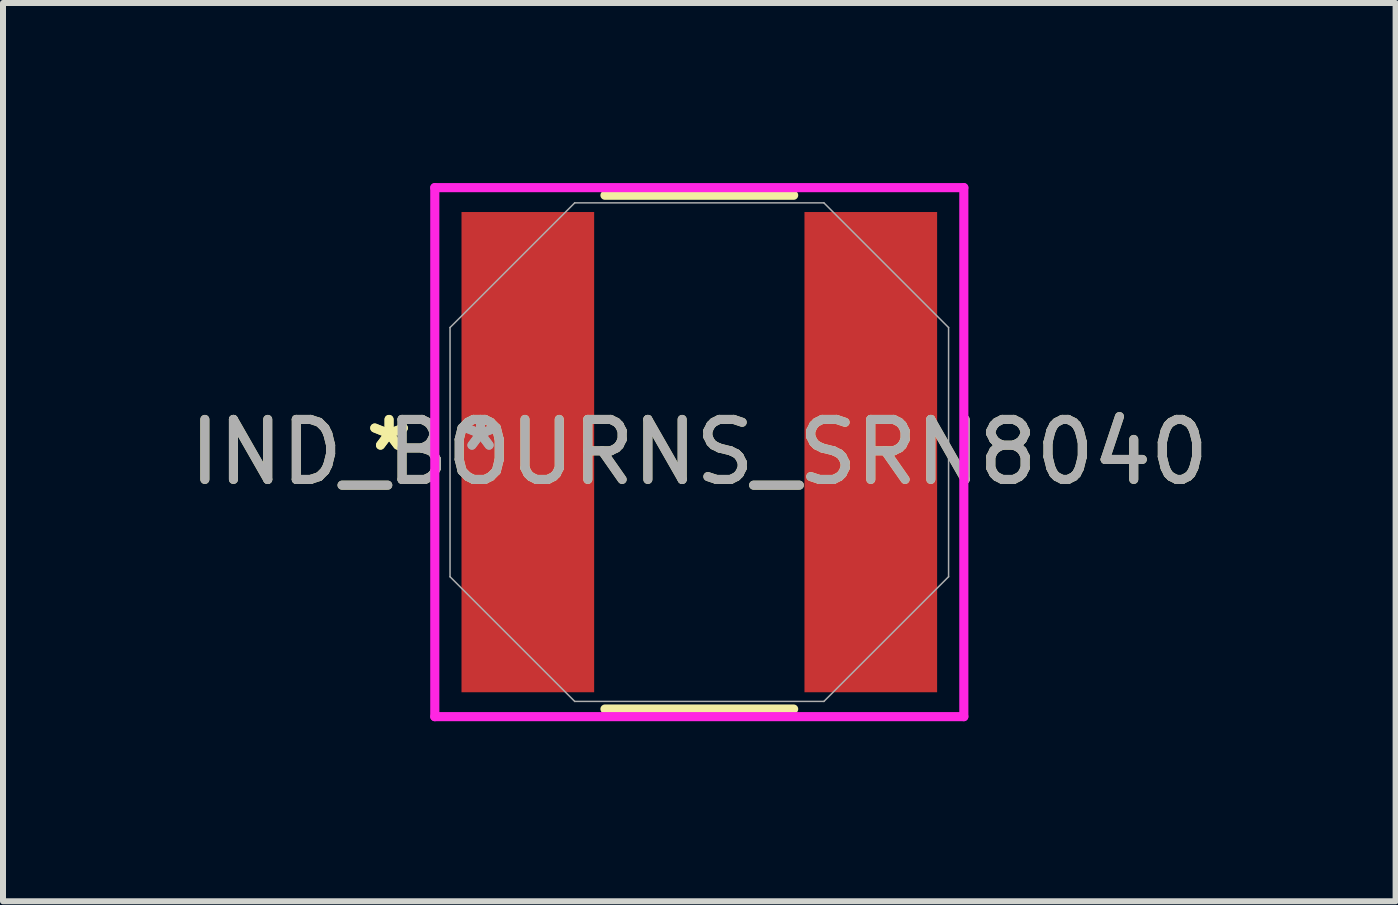
<source format=kicad_pcb>
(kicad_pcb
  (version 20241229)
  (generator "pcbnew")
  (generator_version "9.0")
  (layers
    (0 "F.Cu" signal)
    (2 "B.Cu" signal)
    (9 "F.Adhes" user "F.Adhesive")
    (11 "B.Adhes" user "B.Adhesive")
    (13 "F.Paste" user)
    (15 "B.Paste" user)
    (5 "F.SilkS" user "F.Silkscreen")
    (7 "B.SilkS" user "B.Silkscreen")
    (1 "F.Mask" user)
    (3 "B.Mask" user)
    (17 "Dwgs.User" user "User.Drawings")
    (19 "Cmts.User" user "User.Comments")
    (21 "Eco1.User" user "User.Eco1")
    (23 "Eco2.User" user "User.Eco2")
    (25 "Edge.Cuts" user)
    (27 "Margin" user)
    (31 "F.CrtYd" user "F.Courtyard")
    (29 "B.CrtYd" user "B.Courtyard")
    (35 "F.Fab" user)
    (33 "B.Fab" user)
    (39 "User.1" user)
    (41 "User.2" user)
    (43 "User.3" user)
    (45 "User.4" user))
  (footprint "IND_BOURNS_SRN8040"
    (layer "F.Cu")
    (at 8.601 4.483)
    (property "Reference" "IND_BOURNS_SRN8040" (at 0 0 0) (unlocked yes) (layer "F.SilkS") (effects (font (size 1 1) (thickness 0.15))))
    (attr smd)
    (fp_line (start -1.572 4.28) (end 1.572 4.28) (stroke (width 0.152) (type solid)) (layer "F.SilkS"))
    (fp_line (start 1.572 -4.28) (end -1.572 -4.28) (stroke (width 0.152) (type solid)) (layer "F.SilkS"))
    (fp_line (start -4.407 -4.407) (end 4.407 -4.407) (stroke (width 0.152) (type solid)) (layer "F.CrtYd"))
    (fp_line (start -4.407 4.407) (end -4.407 -4.407) (stroke (width 0.152) (type solid)) (layer "F.CrtYd"))
    (fp_line (start 4.407 -4.407) (end 4.407 4.407) (stroke (width 0.152) (type solid)) (layer "F.CrtYd"))
    (fp_line (start 4.407 4.407) (end -4.407 4.407) (stroke (width 0.152) (type solid)) (layer "F.CrtYd"))
    (fp_line (start -4.153 -2.076) (end -4.153 2.076) (stroke (width 0.025) (type solid)) (layer "F.Fab"))
    (fp_line (start -4.153 2.076) (end -2.076 4.153) (stroke (width 0.025) (type solid)) (layer "F.Fab"))
    (fp_line (start -2.076 -4.153) (end -4.153 -2.076) (stroke (width 0.025) (type solid)) (layer "F.Fab"))
    (fp_line (start -2.076 4.153) (end 2.076 4.153) (stroke (width 0.025) (type solid)) (layer "F.Fab"))
    (fp_line (start 2.076 -4.153) (end -2.076 -4.153) (stroke (width 0.025) (type solid)) (layer "F.Fab"))
    (fp_line (start 2.076 4.153) (end 4.153 2.076) (stroke (width 0.025) (type solid)) (layer "F.Fab"))
    (fp_line (start 4.153 -2.076) (end 2.076 -4.153) (stroke (width 0.025) (type solid)) (layer "F.Fab"))
    (fp_line (start 4.153 2.076) (end 4.153 -2.076) (stroke (width 0.025) (type solid)) (layer "F.Fab"))
    (fp_text user "*" (at -5.169 0 0) (layer "F.SilkS") (effects (font (size 1 1) (thickness 0.15))))
    (fp_text user "*" (at -5.169 0 0) (unlocked yes) (layer "F.SilkS") (effects (font (size 1 1) (thickness 0.15))))
    (fp_text user "${REFERENCE}" (at 0 0 0) (unlocked yes) (layer "F.Fab") (effects (font (size 1 1) (thickness 0.15))))
    (fp_text user "*" (at -3.645 0 0) (layer "F.Fab") (effects (font (size 1 1) (thickness 0.15))))
    (fp_text user "*" (at -3.645 0 0) (unlocked yes) (layer "F.Fab") (effects (font (size 1 1) (thickness 0.15))))
    (pad "1" smd rect (at -2.857 0) (size 2.21 8.001) (layers "F.Cu" "F.Mask" "F.Paste"))
    (pad "2" smd rect (at 2.857 0) (size 2.21 8.001) (layers "F.Cu" "F.Mask" "F.Paste")))
  (gr_rect
    (start -3 -3)
    (end 20.202 11.966)
    (stroke (width 0.1) (type default))
    (fill no)
    (layer "Edge.Cuts")))
</source>
